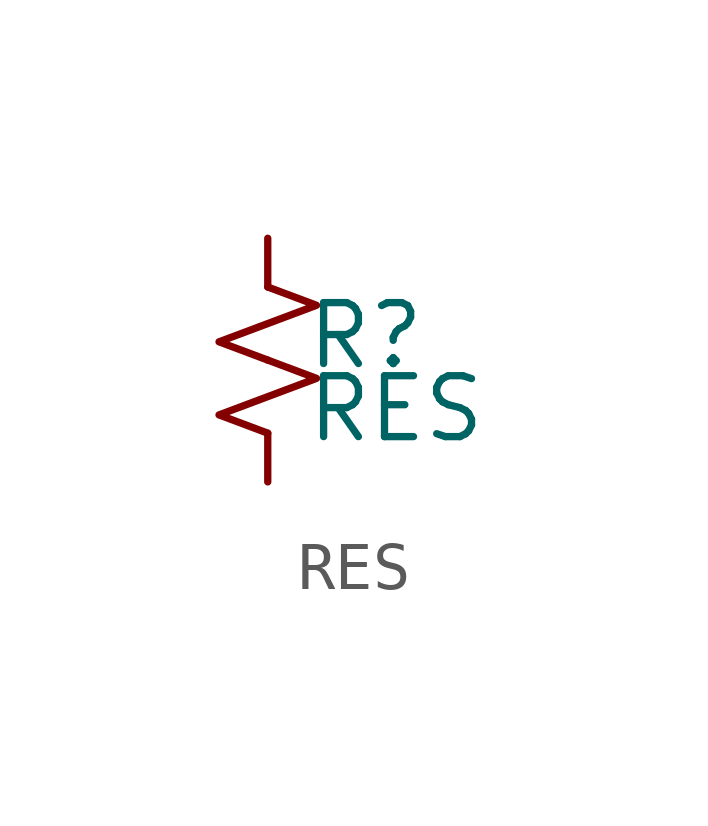
<source format=kicad_sym>
(kicad_symbol_lib
  (version 20241209)
  (generator "kicad_symbol_editor")
  (generator_version "9.0")
  (symbol "RES"
    (pin_numbers
      (hide yes))
    (pin_names
      (offset 0.254)
      (hide yes))
    (property "Reference" "R"
      (at 0.762 0.508 0)
      (effects (font (size 1.27 1.27)) (justify left)))
    (property "Value" "RES"
      (at 0.762 -1.016 0)
      (effects (font (size 1.27 1.27)) (justify left)))
    (symbol "RES_1_1"
      (polyline (pts (xy 0 1.524) (xy 1.016 1.143) (xy 0 0.762) (xy -1.016 0.381) (xy 0 0)) (stroke (width 0) (type default)) (fill (type none)))
      (polyline (pts (xy 0 0) (xy 1.016 -0.381) (xy 0 -0.762) (xy -1.016 -1.143) (xy 0 -1.524)) (stroke (width 0) (type default)) (fill (type none)))
      (pin passive line (at 0 2.54 270) (length 1.016) (name "~" (effects (font (size 1.27 1.27)))) (number "1" (effects (font (size 1.27 1.27)))))
      (pin passive line (at 0 -2.54 90) (length 1.016) (name "~" (effects (font (size 1.27 1.27)))) (number "2" (effects (font (size 1.27 1.27))))))))
</source>
